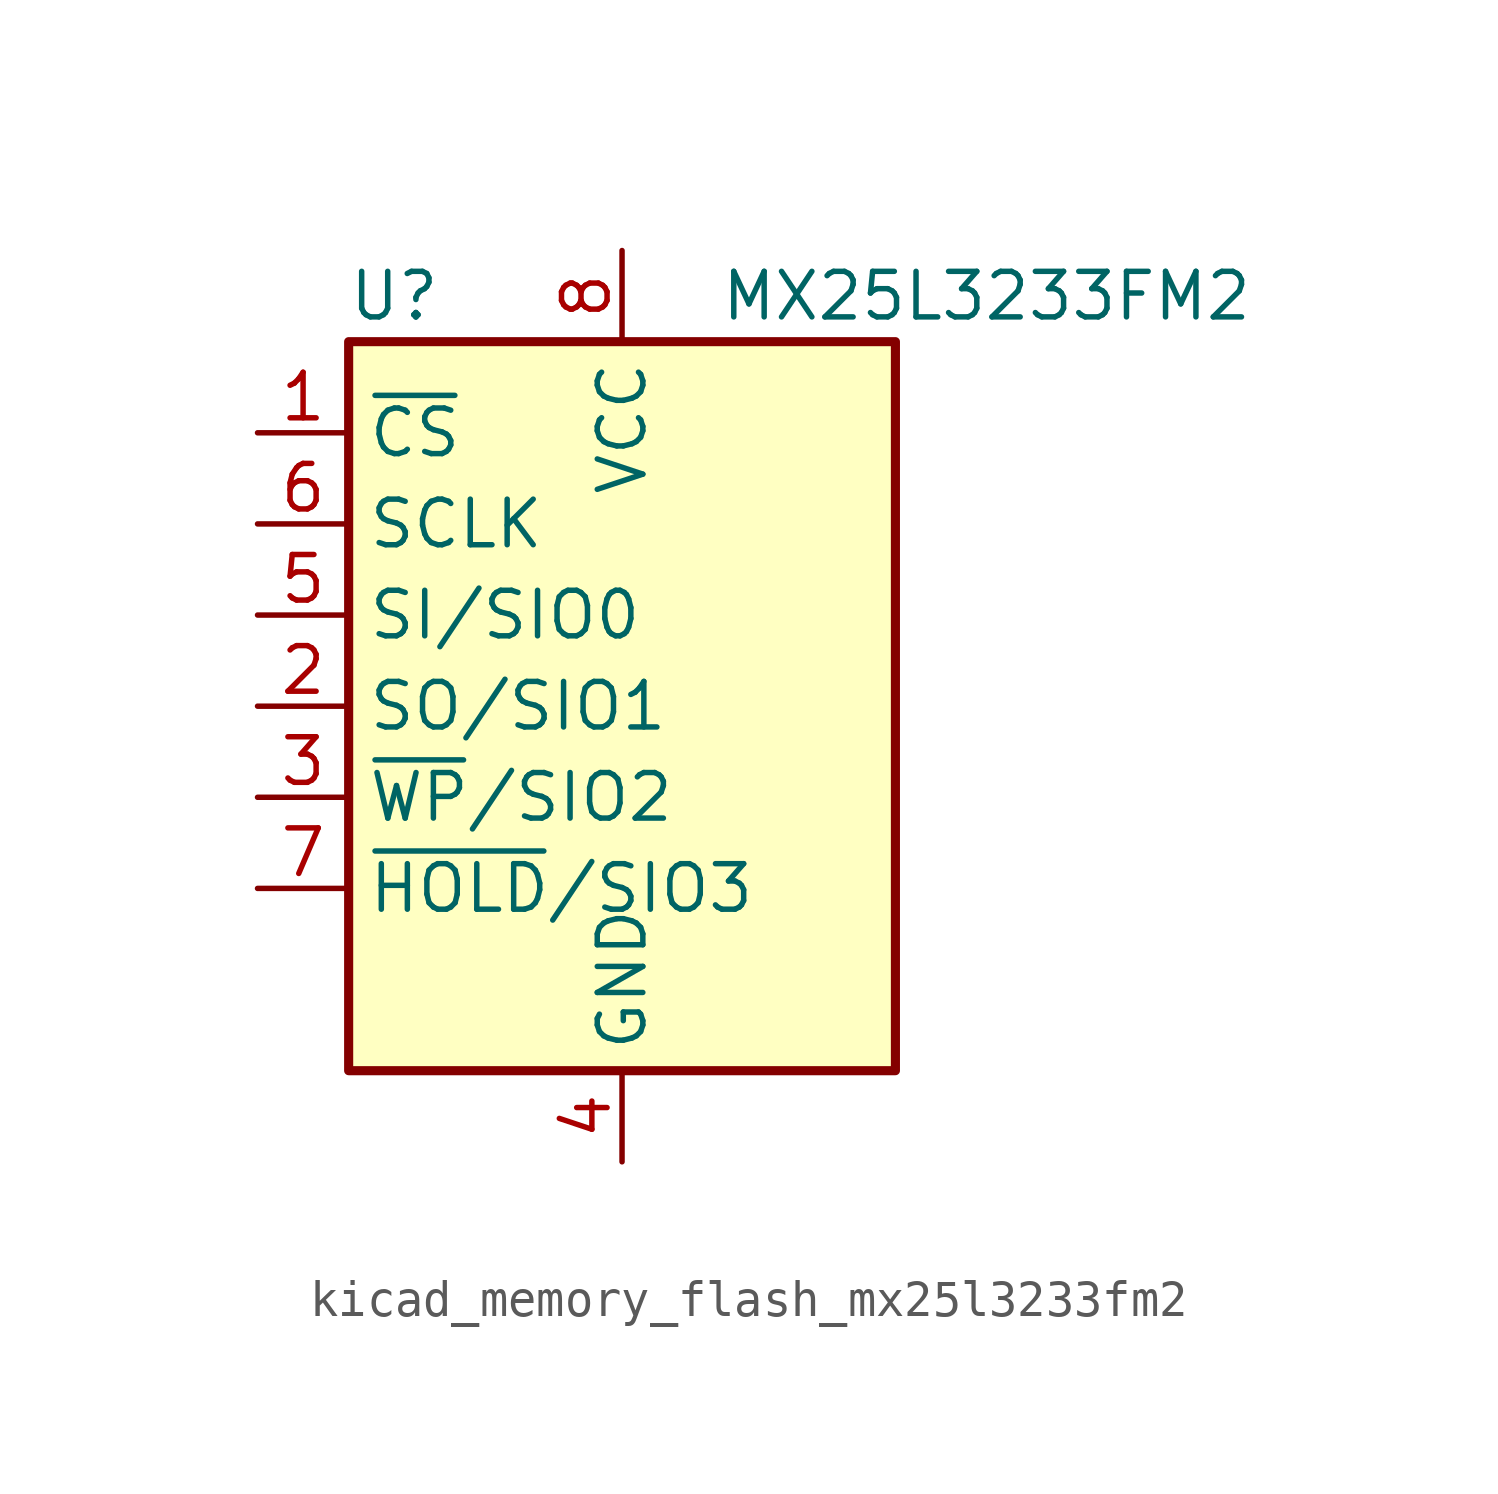
<source format=kicad_sym>
(kicad_symbol_lib
  (version 20220914)
  (generator kicad_symbol_editor)
  (symbol "kicad_memory_flash_mx25l3233fm2"
    (property "Reference" "U"
      (at -6.35 11.43 0)
      (effects (font (size 1.27 1.27))))
    (property "Value" "MX25L3233FM2"
      (at 10.16 11.43 0)
      (effects (font (size 1.27 1.27))))
    (symbol "kicad_memory_flash_mx25l3233fm2_0_1"
      (rectangle (start -7.62 10.16) (end 7.62 -10.16) (stroke (width 0.254) (type default)) (fill (type background))))
    (symbol "kicad_memory_flash_mx25l3233fm2_1_1"
      (pin input line (at -10.16 7.62 0) (length 2.54) (name "~{CS}" (effects (font (size 1.27 1.27)))) (number "1" (effects (font (size 1.27 1.27)))))
      (pin bidirectional line (at -10.16 0 0) (length 2.54) (name "SO/SIO1" (effects (font (size 1.27 1.27)))) (number "2" (effects (font (size 1.27 1.27)))))
      (pin bidirectional line (at -10.16 -2.54 0) (length 2.54) (name "~{WP}/SIO2" (effects (font (size 1.27 1.27)))) (number "3" (effects (font (size 1.27 1.27)))))
      (pin power_in line (at 0 -12.7 90) (length 2.54) (name "GND" (effects (font (size 1.27 1.27)))) (number "4" (effects (font (size 1.27 1.27)))))
      (pin bidirectional line (at -10.16 2.54 0) (length 2.54) (name "SI/SIO0" (effects (font (size 1.27 1.27)))) (number "5" (effects (font (size 1.27 1.27)))))
      (pin input line (at -10.16 5.08 0) (length 2.54) (name "SCLK" (effects (font (size 1.27 1.27)))) (number "6" (effects (font (size 1.27 1.27)))))
      (pin bidirectional line (at -10.16 -5.08 0) (length 2.54) (name "~{HOLD}/SIO3" (effects (font (size 1.27 1.27)))) (number "7" (effects (font (size 1.27 1.27)))))
      (pin power_in line (at 0 12.7 270) (length 2.54) (name "VCC" (effects (font (size 1.27 1.27)))) (number "8" (effects (font (size 1.27 1.27))))))))
</source>
